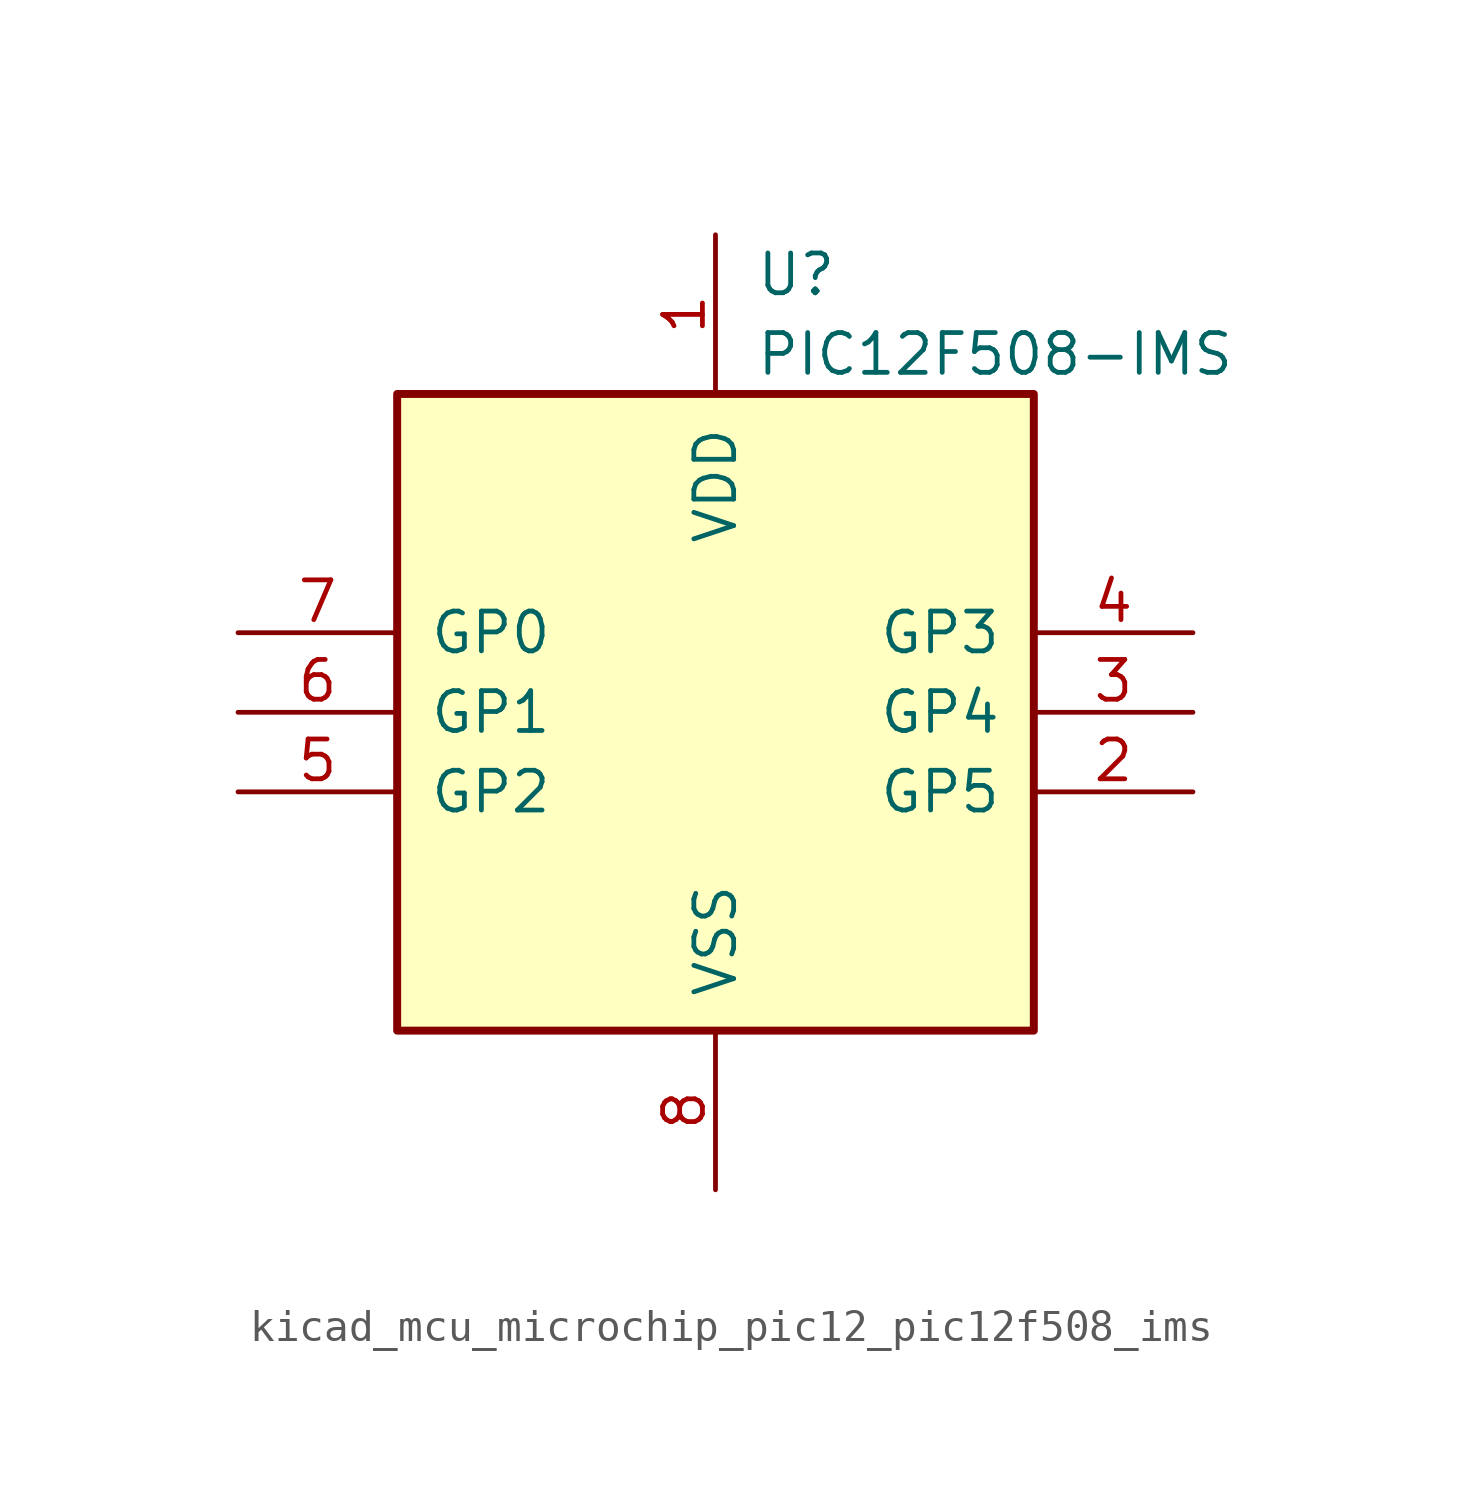
<source format=kicad_sym>
(kicad_symbol_lib
  (version 20220914)
  (generator kicad_symbol_editor)
  (symbol "kicad_mcu_microchip_pic12_pic12f508_ims"
    (pin_names
      (offset 1.016))
    (property "Reference" "U"
      (at 1.27 13.97 0)
      (effects (font (size 1.27 1.27)) (justify left)))
    (property "Value" "PIC12F508-IMS"
      (at 1.27 11.43 0)
      (effects (font (size 1.27 1.27)) (justify left)))
    (symbol "kicad_mcu_microchip_pic12_pic12f508_ims_0_1"
      (rectangle (start 10.16 -10.16) (end -10.16 10.16) (stroke (width 0.254) (type default)) (fill (type background))))
    (symbol "kicad_mcu_microchip_pic12_pic12f508_ims_1_1"
      (pin power_in line (at 0 15.24 270) (length 5.08) (name "VDD" (effects (font (size 1.27 1.27)))) (number "1" (effects (font (size 1.27 1.27)))))
      (pin bidirectional line (at 15.24 -2.54 180) (length 5.08) (name "GP5" (effects (font (size 1.27 1.27)))) (number "2" (effects (font (size 1.27 1.27)))))
      (pin bidirectional line (at 15.24 0 180) (length 5.08) (name "GP4" (effects (font (size 1.27 1.27)))) (number "3" (effects (font (size 1.27 1.27)))))
      (pin input line (at 15.24 2.54 180) (length 5.08) (name "GP3" (effects (font (size 1.27 1.27)))) (number "4" (effects (font (size 1.27 1.27)))))
      (pin bidirectional line (at -15.24 -2.54 0) (length 5.08) (name "GP2" (effects (font (size 1.27 1.27)))) (number "5" (effects (font (size 1.27 1.27)))))
      (pin bidirectional line (at -15.24 0 0) (length 5.08) (name "GP1" (effects (font (size 1.27 1.27)))) (number "6" (effects (font (size 1.27 1.27)))))
      (pin bidirectional line (at -15.24 2.54 0) (length 5.08) (name "GP0" (effects (font (size 1.27 1.27)))) (number "7" (effects (font (size 1.27 1.27)))))
      (pin power_in line (at 0 -15.24 90) (length 5.08) (name "VSS" (effects (font (size 1.27 1.27)))) (number "8" (effects (font (size 1.27 1.27))))))))
</source>
